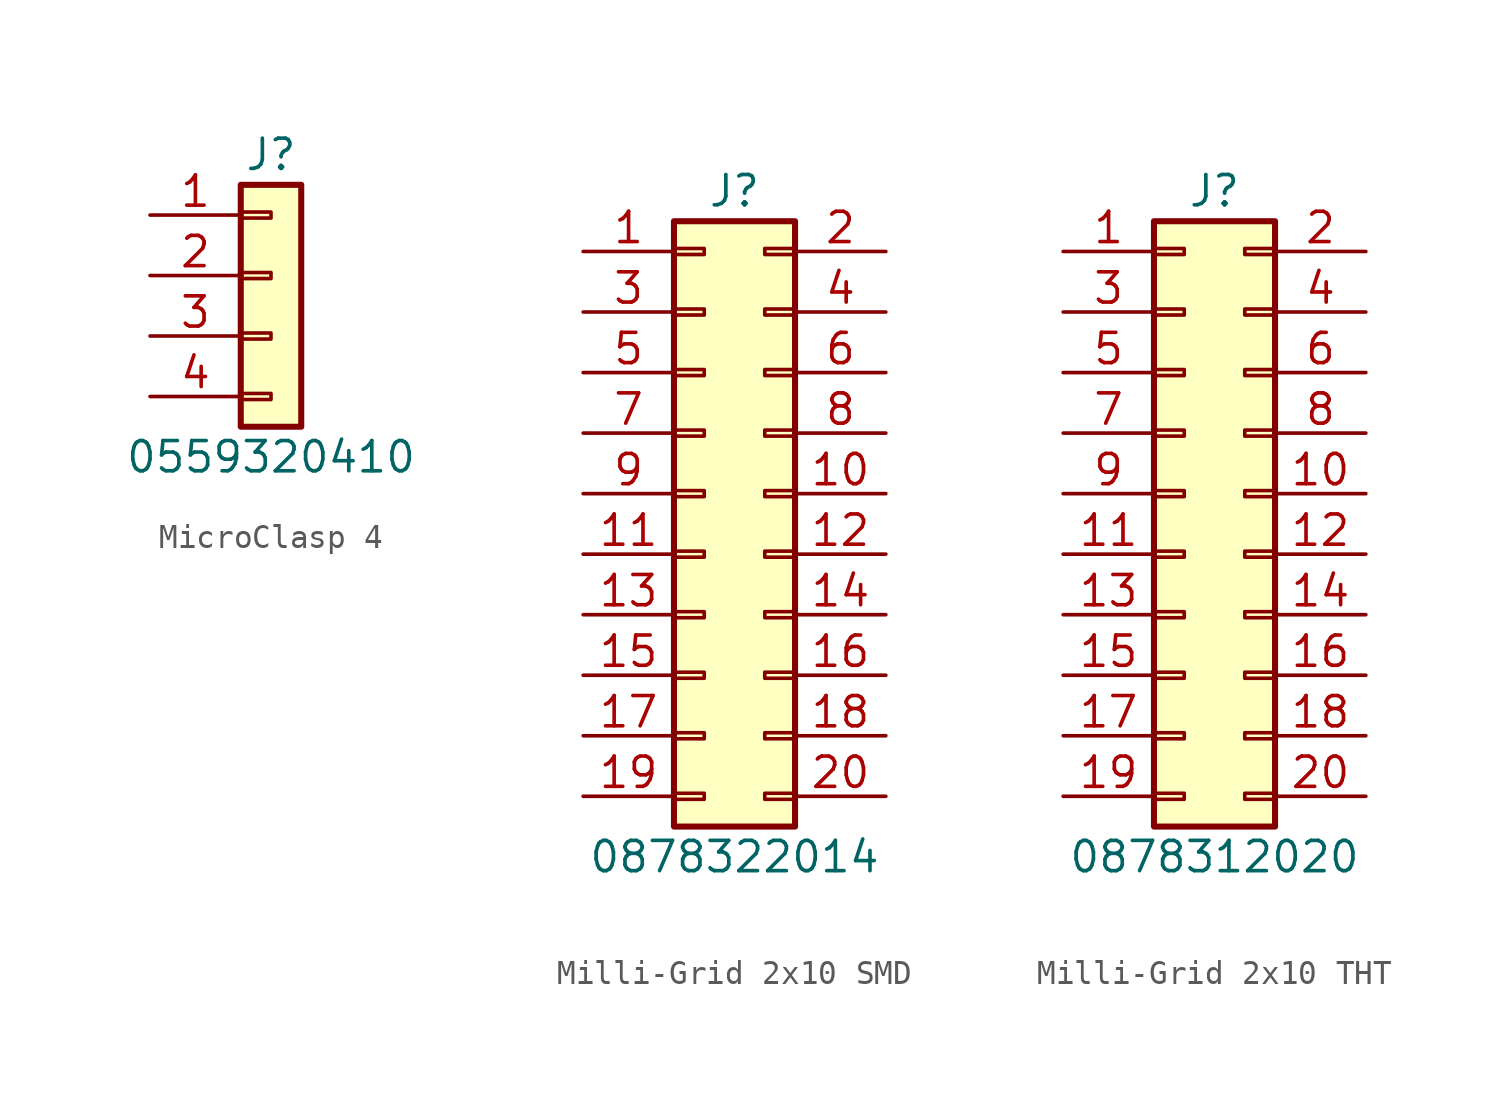
<source format=kicad_sym>
(kicad_symbol_lib
  (version 20231120)
  (generator "kicad_symbol_editor")
  (generator_version "8.0")
  (symbol "MicroClasp 4"
    (pin_names
      (offset 1.016) hide)
    (property "Reference" "J"
      (at 0 5.08 0)
      (effects (font (size 1.27 1.27))))
    (property "Value" "0559320410"
      (at 0 -7.62 0)
      (effects (font (size 1.27 1.27))))
    (symbol "MicroClasp 4_1_1"
      (rectangle (start -1.27 -4.953) (end 0 -5.207) (stroke (width 0.152) (type default)) (fill (type none)))
      (rectangle (start -1.27 -2.413) (end 0 -2.667) (stroke (width 0.152) (type default)) (fill (type none)))
      (rectangle (start -1.27 0.127) (end 0 -0.127) (stroke (width 0.152) (type default)) (fill (type none)))
      (rectangle (start -1.27 2.667) (end 0 2.413) (stroke (width 0.152) (type default)) (fill (type none)))
      (rectangle (start -1.27 3.81) (end 1.27 -6.35) (stroke (width 0.254) (type default)) (fill (type background)))
      (pin passive line (at -5.08 2.54 0) (length 3.81) (name "Pin_1" (effects (font (size 1.27 1.27)))) (number "1" (effects (font (size 1.27 1.27)))))
      (pin passive line (at -5.08 0 0) (length 3.81) (name "Pin_2" (effects (font (size 1.27 1.27)))) (number "2" (effects (font (size 1.27 1.27)))))
      (pin passive line (at -5.08 -2.54 0) (length 3.81) (name "Pin_3" (effects (font (size 1.27 1.27)))) (number "3" (effects (font (size 1.27 1.27)))))
      (pin passive line (at -5.08 -5.08 0) (length 3.81) (name "Pin_4" (effects (font (size 1.27 1.27)))) (number "4" (effects (font (size 1.27 1.27)))))))
  (symbol "Milli-Grid 2x10 SMD"
    (pin_names
      (offset 1.016) hide)
    (property "Reference" "J"
      (at 1.27 12.7 0)
      (effects (font (size 1.27 1.27))))
    (property "Value" "0878322014"
      (at 1.27 -15.24 0)
      (effects (font (size 1.27 1.27))))
    (symbol "Milli-Grid 2x10 SMD_1_1"
      (rectangle (start -1.27 -12.573) (end 0 -12.827) (stroke (width 0.152) (type default)) (fill (type none)))
      (rectangle (start -1.27 -10.033) (end 0 -10.287) (stroke (width 0.152) (type default)) (fill (type none)))
      (rectangle (start -1.27 -7.493) (end 0 -7.747) (stroke (width 0.152) (type default)) (fill (type none)))
      (rectangle (start -1.27 -4.953) (end 0 -5.207) (stroke (width 0.152) (type default)) (fill (type none)))
      (rectangle (start -1.27 -2.413) (end 0 -2.667) (stroke (width 0.152) (type default)) (fill (type none)))
      (rectangle (start -1.27 0.127) (end 0 -0.127) (stroke (width 0.152) (type default)) (fill (type none)))
      (rectangle (start -1.27 2.667) (end 0 2.413) (stroke (width 0.152) (type default)) (fill (type none)))
      (rectangle (start -1.27 5.207) (end 0 4.953) (stroke (width 0.152) (type default)) (fill (type none)))
      (rectangle (start -1.27 7.747) (end 0 7.493) (stroke (width 0.152) (type default)) (fill (type none)))
      (rectangle (start -1.27 10.287) (end 0 10.033) (stroke (width 0.152) (type default)) (fill (type none)))
      (rectangle (start -1.27 11.43) (end 3.81 -13.97) (stroke (width 0.254) (type default)) (fill (type background)))
      (rectangle (start 3.81 -12.573) (end 2.54 -12.827) (stroke (width 0.152) (type default)) (fill (type none)))
      (rectangle (start 3.81 -10.033) (end 2.54 -10.287) (stroke (width 0.152) (type default)) (fill (type none)))
      (rectangle (start 3.81 -7.493) (end 2.54 -7.747) (stroke (width 0.152) (type default)) (fill (type none)))
      (rectangle (start 3.81 -4.953) (end 2.54 -5.207) (stroke (width 0.152) (type default)) (fill (type none)))
      (rectangle (start 3.81 -2.413) (end 2.54 -2.667) (stroke (width 0.152) (type default)) (fill (type none)))
      (rectangle (start 3.81 0.127) (end 2.54 -0.127) (stroke (width 0.152) (type default)) (fill (type none)))
      (rectangle (start 3.81 2.667) (end 2.54 2.413) (stroke (width 0.152) (type default)) (fill (type none)))
      (rectangle (start 3.81 5.207) (end 2.54 4.953) (stroke (width 0.152) (type default)) (fill (type none)))
      (rectangle (start 3.81 7.747) (end 2.54 7.493) (stroke (width 0.152) (type default)) (fill (type none)))
      (rectangle (start 3.81 10.287) (end 2.54 10.033) (stroke (width 0.152) (type default)) (fill (type none)))
      (pin passive line (at -5.08 10.16 0) (length 3.81) (name "Pin_1" (effects (font (size 1.27 1.27)))) (number "1" (effects (font (size 1.27 1.27)))))
      (pin passive line (at 7.62 0 180) (length 3.81) (name "Pin_10" (effects (font (size 1.27 1.27)))) (number "10" (effects (font (size 1.27 1.27)))))
      (pin passive line (at -5.08 -2.54 0) (length 3.81) (name "Pin_11" (effects (font (size 1.27 1.27)))) (number "11" (effects (font (size 1.27 1.27)))))
      (pin passive line (at 7.62 -2.54 180) (length 3.81) (name "Pin_12" (effects (font (size 1.27 1.27)))) (number "12" (effects (font (size 1.27 1.27)))))
      (pin passive line (at -5.08 -5.08 0) (length 3.81) (name "Pin_13" (effects (font (size 1.27 1.27)))) (number "13" (effects (font (size 1.27 1.27)))))
      (pin passive line (at 7.62 -5.08 180) (length 3.81) (name "Pin_14" (effects (font (size 1.27 1.27)))) (number "14" (effects (font (size 1.27 1.27)))))
      (pin passive line (at -5.08 -7.62 0) (length 3.81) (name "Pin_15" (effects (font (size 1.27 1.27)))) (number "15" (effects (font (size 1.27 1.27)))))
      (pin passive line (at 7.62 -7.62 180) (length 3.81) (name "Pin_16" (effects (font (size 1.27 1.27)))) (number "16" (effects (font (size 1.27 1.27)))))
      (pin passive line (at -5.08 -10.16 0) (length 3.81) (name "Pin_17" (effects (font (size 1.27 1.27)))) (number "17" (effects (font (size 1.27 1.27)))))
      (pin passive line (at 7.62 -10.16 180) (length 3.81) (name "Pin_18" (effects (font (size 1.27 1.27)))) (number "18" (effects (font (size 1.27 1.27)))))
      (pin passive line (at -5.08 -12.7 0) (length 3.81) (name "Pin_19" (effects (font (size 1.27 1.27)))) (number "19" (effects (font (size 1.27 1.27)))))
      (pin passive line (at 7.62 10.16 180) (length 3.81) (name "Pin_2" (effects (font (size 1.27 1.27)))) (number "2" (effects (font (size 1.27 1.27)))))
      (pin passive line (at 7.62 -12.7 180) (length 3.81) (name "Pin_20" (effects (font (size 1.27 1.27)))) (number "20" (effects (font (size 1.27 1.27)))))
      (pin passive line (at -5.08 7.62 0) (length 3.81) (name "Pin_3" (effects (font (size 1.27 1.27)))) (number "3" (effects (font (size 1.27 1.27)))))
      (pin passive line (at 7.62 7.62 180) (length 3.81) (name "Pin_4" (effects (font (size 1.27 1.27)))) (number "4" (effects (font (size 1.27 1.27)))))
      (pin passive line (at -5.08 5.08 0) (length 3.81) (name "Pin_5" (effects (font (size 1.27 1.27)))) (number "5" (effects (font (size 1.27 1.27)))))
      (pin passive line (at 7.62 5.08 180) (length 3.81) (name "Pin_6" (effects (font (size 1.27 1.27)))) (number "6" (effects (font (size 1.27 1.27)))))
      (pin passive line (at -5.08 2.54 0) (length 3.81) (name "Pin_7" (effects (font (size 1.27 1.27)))) (number "7" (effects (font (size 1.27 1.27)))))
      (pin passive line (at 7.62 2.54 180) (length 3.81) (name "Pin_8" (effects (font (size 1.27 1.27)))) (number "8" (effects (font (size 1.27 1.27)))))
      (pin passive line (at -5.08 0 0) (length 3.81) (name "Pin_9" (effects (font (size 1.27 1.27)))) (number "9" (effects (font (size 1.27 1.27)))))))
  (symbol "Milli-Grid 2x10 THT"
    (pin_names
      (offset 1.016) hide)
    (property "Reference" "J"
      (at 1.27 12.7 0)
      (effects (font (size 1.27 1.27))))
    (property "Value" "0878312020"
      (at 1.27 -15.24 0)
      (effects (font (size 1.27 1.27))))
    (symbol "Milli-Grid 2x10 THT_1_1"
      (rectangle (start -1.27 -12.573) (end 0 -12.827) (stroke (width 0.152) (type default)) (fill (type none)))
      (rectangle (start -1.27 -10.033) (end 0 -10.287) (stroke (width 0.152) (type default)) (fill (type none)))
      (rectangle (start -1.27 -7.493) (end 0 -7.747) (stroke (width 0.152) (type default)) (fill (type none)))
      (rectangle (start -1.27 -4.953) (end 0 -5.207) (stroke (width 0.152) (type default)) (fill (type none)))
      (rectangle (start -1.27 -2.413) (end 0 -2.667) (stroke (width 0.152) (type default)) (fill (type none)))
      (rectangle (start -1.27 0.127) (end 0 -0.127) (stroke (width 0.152) (type default)) (fill (type none)))
      (rectangle (start -1.27 2.667) (end 0 2.413) (stroke (width 0.152) (type default)) (fill (type none)))
      (rectangle (start -1.27 5.207) (end 0 4.953) (stroke (width 0.152) (type default)) (fill (type none)))
      (rectangle (start -1.27 7.747) (end 0 7.493) (stroke (width 0.152) (type default)) (fill (type none)))
      (rectangle (start -1.27 10.287) (end 0 10.033) (stroke (width 0.152) (type default)) (fill (type none)))
      (rectangle (start -1.27 11.43) (end 3.81 -13.97) (stroke (width 0.254) (type default)) (fill (type background)))
      (rectangle (start 3.81 -12.573) (end 2.54 -12.827) (stroke (width 0.152) (type default)) (fill (type none)))
      (rectangle (start 3.81 -10.033) (end 2.54 -10.287) (stroke (width 0.152) (type default)) (fill (type none)))
      (rectangle (start 3.81 -7.493) (end 2.54 -7.747) (stroke (width 0.152) (type default)) (fill (type none)))
      (rectangle (start 3.81 -4.953) (end 2.54 -5.207) (stroke (width 0.152) (type default)) (fill (type none)))
      (rectangle (start 3.81 -2.413) (end 2.54 -2.667) (stroke (width 0.152) (type default)) (fill (type none)))
      (rectangle (start 3.81 0.127) (end 2.54 -0.127) (stroke (width 0.152) (type default)) (fill (type none)))
      (rectangle (start 3.81 2.667) (end 2.54 2.413) (stroke (width 0.152) (type default)) (fill (type none)))
      (rectangle (start 3.81 5.207) (end 2.54 4.953) (stroke (width 0.152) (type default)) (fill (type none)))
      (rectangle (start 3.81 7.747) (end 2.54 7.493) (stroke (width 0.152) (type default)) (fill (type none)))
      (rectangle (start 3.81 10.287) (end 2.54 10.033) (stroke (width 0.152) (type default)) (fill (type none)))
      (pin passive line (at -5.08 10.16 0) (length 3.81) (name "Pin_1" (effects (font (size 1.27 1.27)))) (number "1" (effects (font (size 1.27 1.27)))))
      (pin passive line (at 7.62 0 180) (length 3.81) (name "Pin_10" (effects (font (size 1.27 1.27)))) (number "10" (effects (font (size 1.27 1.27)))))
      (pin passive line (at -5.08 -2.54 0) (length 3.81) (name "Pin_11" (effects (font (size 1.27 1.27)))) (number "11" (effects (font (size 1.27 1.27)))))
      (pin passive line (at 7.62 -2.54 180) (length 3.81) (name "Pin_12" (effects (font (size 1.27 1.27)))) (number "12" (effects (font (size 1.27 1.27)))))
      (pin passive line (at -5.08 -5.08 0) (length 3.81) (name "Pin_13" (effects (font (size 1.27 1.27)))) (number "13" (effects (font (size 1.27 1.27)))))
      (pin passive line (at 7.62 -5.08 180) (length 3.81) (name "Pin_14" (effects (font (size 1.27 1.27)))) (number "14" (effects (font (size 1.27 1.27)))))
      (pin passive line (at -5.08 -7.62 0) (length 3.81) (name "Pin_15" (effects (font (size 1.27 1.27)))) (number "15" (effects (font (size 1.27 1.27)))))
      (pin passive line (at 7.62 -7.62 180) (length 3.81) (name "Pin_16" (effects (font (size 1.27 1.27)))) (number "16" (effects (font (size 1.27 1.27)))))
      (pin passive line (at -5.08 -10.16 0) (length 3.81) (name "Pin_17" (effects (font (size 1.27 1.27)))) (number "17" (effects (font (size 1.27 1.27)))))
      (pin passive line (at 7.62 -10.16 180) (length 3.81) (name "Pin_18" (effects (font (size 1.27 1.27)))) (number "18" (effects (font (size 1.27 1.27)))))
      (pin passive line (at -5.08 -12.7 0) (length 3.81) (name "Pin_19" (effects (font (size 1.27 1.27)))) (number "19" (effects (font (size 1.27 1.27)))))
      (pin passive line (at 7.62 10.16 180) (length 3.81) (name "Pin_2" (effects (font (size 1.27 1.27)))) (number "2" (effects (font (size 1.27 1.27)))))
      (pin passive line (at 7.62 -12.7 180) (length 3.81) (name "Pin_20" (effects (font (size 1.27 1.27)))) (number "20" (effects (font (size 1.27 1.27)))))
      (pin passive line (at -5.08 7.62 0) (length 3.81) (name "Pin_3" (effects (font (size 1.27 1.27)))) (number "3" (effects (font (size 1.27 1.27)))))
      (pin passive line (at 7.62 7.62 180) (length 3.81) (name "Pin_4" (effects (font (size 1.27 1.27)))) (number "4" (effects (font (size 1.27 1.27)))))
      (pin passive line (at -5.08 5.08 0) (length 3.81) (name "Pin_5" (effects (font (size 1.27 1.27)))) (number "5" (effects (font (size 1.27 1.27)))))
      (pin passive line (at 7.62 5.08 180) (length 3.81) (name "Pin_6" (effects (font (size 1.27 1.27)))) (number "6" (effects (font (size 1.27 1.27)))))
      (pin passive line (at -5.08 2.54 0) (length 3.81) (name "Pin_7" (effects (font (size 1.27 1.27)))) (number "7" (effects (font (size 1.27 1.27)))))
      (pin passive line (at 7.62 2.54 180) (length 3.81) (name "Pin_8" (effects (font (size 1.27 1.27)))) (number "8" (effects (font (size 1.27 1.27)))))
      (pin passive line (at -5.08 0 0) (length 3.81) (name "Pin_9" (effects (font (size 1.27 1.27)))) (number "9" (effects (font (size 1.27 1.27))))))))
</source>
